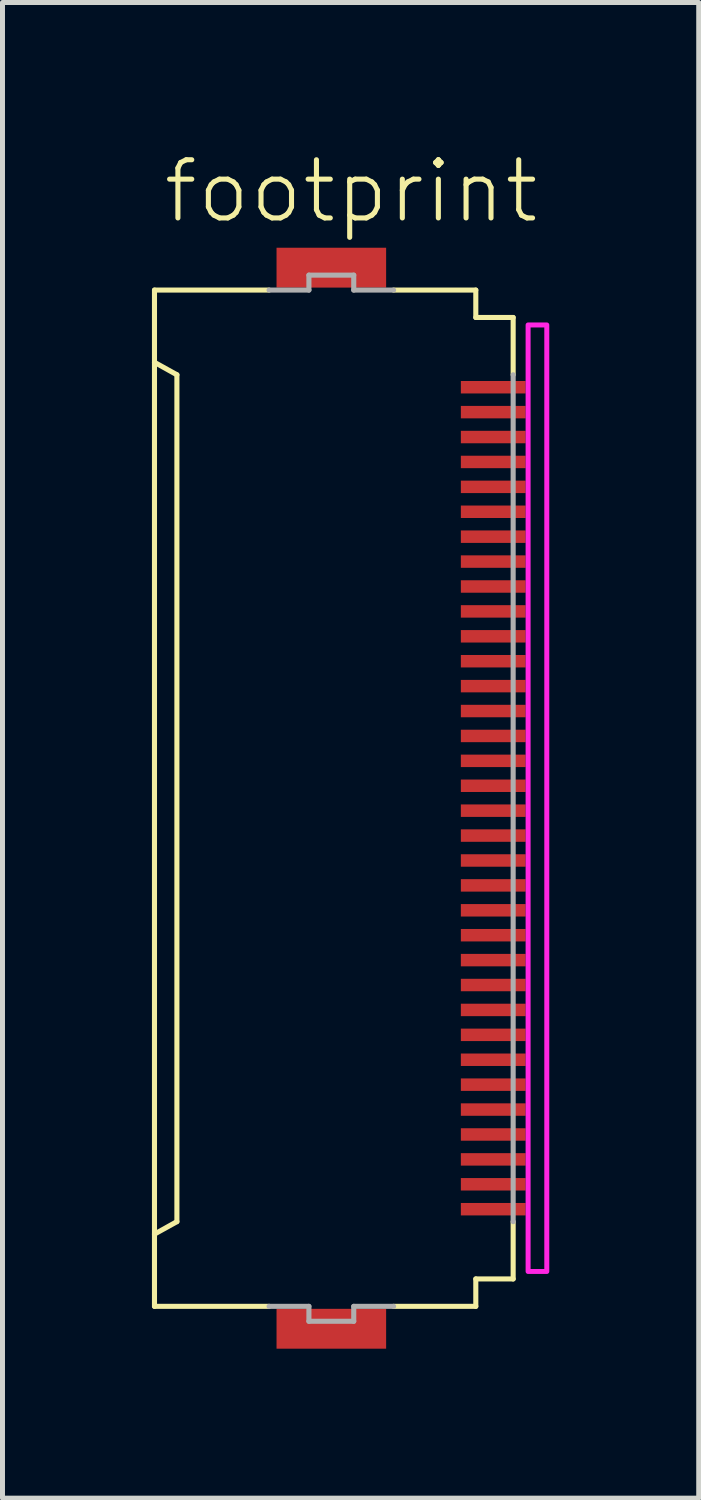
<source format=kicad_pcb>
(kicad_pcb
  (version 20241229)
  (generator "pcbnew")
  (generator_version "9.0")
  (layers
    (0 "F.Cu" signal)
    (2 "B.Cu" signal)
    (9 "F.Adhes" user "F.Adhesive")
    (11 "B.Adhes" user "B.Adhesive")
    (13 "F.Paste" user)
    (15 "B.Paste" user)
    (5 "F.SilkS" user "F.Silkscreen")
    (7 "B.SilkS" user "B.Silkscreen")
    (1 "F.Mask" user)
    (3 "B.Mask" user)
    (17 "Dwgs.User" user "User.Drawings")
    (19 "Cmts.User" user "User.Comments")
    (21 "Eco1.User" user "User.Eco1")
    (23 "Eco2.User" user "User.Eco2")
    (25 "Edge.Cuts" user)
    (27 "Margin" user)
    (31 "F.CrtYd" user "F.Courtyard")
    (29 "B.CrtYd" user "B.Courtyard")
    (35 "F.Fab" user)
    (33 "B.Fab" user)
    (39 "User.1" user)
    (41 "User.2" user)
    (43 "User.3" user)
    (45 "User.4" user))
  (footprint "footprint"
    (layer "F.Cu")
    (at 3.676 12.973)
    (property "Reference" "footprint" (at -3.5 -11.5 0) (layer "F.SilkS") (effects (font (size 1.168 1.168) (thickness 0.102)) (justify left bottom)))
    (fp_poly (pts (xy 2.475 -8.075) (xy 3.875 -8.075) (xy 3.875 -8.425) (xy 2.475 -8.425)) (stroke (width 0) (type solid)) (fill yes) (layer "F.Mask"))
    (fp_poly (pts (xy 2.475 -7.575) (xy 3.875 -7.575) (xy 3.875 -7.925) (xy 2.475 -7.925)) (stroke (width 0) (type solid)) (fill yes) (layer "F.Mask"))
    (fp_poly (pts (xy 2.475 -7.075) (xy 3.875 -7.075) (xy 3.875 -7.425) (xy 2.475 -7.425)) (stroke (width 0) (type solid)) (fill yes) (layer "F.Mask"))
    (fp_poly (pts (xy 2.475 -6.575) (xy 3.875 -6.575) (xy 3.875 -6.925) (xy 2.475 -6.925)) (stroke (width 0) (type solid)) (fill yes) (layer "F.Mask"))
    (fp_poly (pts (xy 2.475 -6.075) (xy 3.875 -6.075) (xy 3.875 -6.425) (xy 2.475 -6.425)) (stroke (width 0) (type solid)) (fill yes) (layer "F.Mask"))
    (fp_poly (pts (xy 2.475 -5.575) (xy 3.875 -5.575) (xy 3.875 -5.925) (xy 2.475 -5.925)) (stroke (width 0) (type solid)) (fill yes) (layer "F.Mask"))
    (fp_poly (pts (xy 2.475 -5.075) (xy 3.875 -5.075) (xy 3.875 -5.425) (xy 2.475 -5.425)) (stroke (width 0) (type solid)) (fill yes) (layer "F.Mask"))
    (fp_poly (pts (xy 2.475 -4.575) (xy 3.875 -4.575) (xy 3.875 -4.925) (xy 2.475 -4.925)) (stroke (width 0) (type solid)) (fill yes) (layer "F.Mask"))
    (fp_poly (pts (xy 2.475 -4.075) (xy 3.875 -4.075) (xy 3.875 -4.425) (xy 2.475 -4.425)) (stroke (width 0) (type solid)) (fill yes) (layer "F.Mask"))
    (fp_poly (pts (xy 2.475 -3.575) (xy 3.875 -3.575) (xy 3.875 -3.925) (xy 2.475 -3.925)) (stroke (width 0) (type solid)) (fill yes) (layer "F.Mask"))
    (fp_poly (pts (xy 2.475 -3.075) (xy 3.875 -3.075) (xy 3.875 -3.425) (xy 2.475 -3.425)) (stroke (width 0) (type solid)) (fill yes) (layer "F.Mask"))
    (fp_poly (pts (xy 2.475 -2.575) (xy 3.875 -2.575) (xy 3.875 -2.925) (xy 2.475 -2.925)) (stroke (width 0) (type solid)) (fill yes) (layer "F.Mask"))
    (fp_poly (pts (xy 2.475 -2.075) (xy 3.875 -2.075) (xy 3.875 -2.425) (xy 2.475 -2.425)) (stroke (width 0) (type solid)) (fill yes) (layer "F.Mask"))
    (fp_poly (pts (xy 2.475 -1.575) (xy 3.875 -1.575) (xy 3.875 -1.925) (xy 2.475 -1.925)) (stroke (width 0) (type solid)) (fill yes) (layer "F.Mask"))
    (fp_poly (pts (xy 2.475 -1.075) (xy 3.875 -1.075) (xy 3.875 -1.425) (xy 2.475 -1.425)) (stroke (width 0) (type solid)) (fill yes) (layer "F.Mask"))
    (fp_poly (pts (xy 2.475 -0.575) (xy 3.875 -0.575) (xy 3.875 -0.925) (xy 2.475 -0.925)) (stroke (width 0) (type solid)) (fill yes) (layer "F.Mask"))
    (fp_poly (pts (xy 2.475 -0.075) (xy 3.875 -0.075) (xy 3.875 -0.425) (xy 2.475 -0.425)) (stroke (width 0) (type solid)) (fill yes) (layer "F.Mask"))
    (fp_poly (pts (xy 2.475 0.425) (xy 3.875 0.425) (xy 3.875 0.075) (xy 2.475 0.075)) (stroke (width 0) (type solid)) (fill yes) (layer "F.Mask"))
    (fp_poly (pts (xy 2.475 0.925) (xy 3.875 0.925) (xy 3.875 0.575) (xy 2.475 0.575)) (stroke (width 0) (type solid)) (fill yes) (layer "F.Mask"))
    (fp_poly (pts (xy 2.475 1.425) (xy 3.875 1.425) (xy 3.875 1.075) (xy 2.475 1.075)) (stroke (width 0) (type solid)) (fill yes) (layer "F.Mask"))
    (fp_poly (pts (xy 2.475 1.925) (xy 3.875 1.925) (xy 3.875 1.575) (xy 2.475 1.575)) (stroke (width 0) (type solid)) (fill yes) (layer "F.Mask"))
    (fp_poly (pts (xy 2.475 2.425) (xy 3.875 2.425) (xy 3.875 2.075) (xy 2.475 2.075)) (stroke (width 0) (type solid)) (fill yes) (layer "F.Mask"))
    (fp_poly (pts (xy 2.475 2.925) (xy 3.875 2.925) (xy 3.875 2.575) (xy 2.475 2.575)) (stroke (width 0) (type solid)) (fill yes) (layer "F.Mask"))
    (fp_poly (pts (xy 2.475 3.425) (xy 3.875 3.425) (xy 3.875 3.075) (xy 2.475 3.075)) (stroke (width 0) (type solid)) (fill yes) (layer "F.Mask"))
    (fp_poly (pts (xy 2.475 3.925) (xy 3.875 3.925) (xy 3.875 3.575) (xy 2.475 3.575)) (stroke (width 0) (type solid)) (fill yes) (layer "F.Mask"))
    (fp_poly (pts (xy 2.475 4.425) (xy 3.875 4.425) (xy 3.875 4.075) (xy 2.475 4.075)) (stroke (width 0) (type solid)) (fill yes) (layer "F.Mask"))
    (fp_poly (pts (xy 2.475 4.925) (xy 3.875 4.925) (xy 3.875 4.575) (xy 2.475 4.575)) (stroke (width 0) (type solid)) (fill yes) (layer "F.Mask"))
    (fp_poly (pts (xy 2.475 5.425) (xy 3.875 5.425) (xy 3.875 5.075) (xy 2.475 5.075)) (stroke (width 0) (type solid)) (fill yes) (layer "F.Mask"))
    (fp_poly (pts (xy 2.475 5.925) (xy 3.875 5.925) (xy 3.875 5.575) (xy 2.475 5.575)) (stroke (width 0) (type solid)) (fill yes) (layer "F.Mask"))
    (fp_poly (pts (xy 2.475 6.425) (xy 3.875 6.425) (xy 3.875 6.075) (xy 2.475 6.075)) (stroke (width 0) (type solid)) (fill yes) (layer "F.Mask"))
    (fp_poly (pts (xy 2.475 6.925) (xy 3.875 6.925) (xy 3.875 6.575) (xy 2.475 6.575)) (stroke (width 0) (type solid)) (fill yes) (layer "F.Mask"))
    (fp_poly (pts (xy 2.475 7.425) (xy 3.875 7.425) (xy 3.875 7.075) (xy 2.475 7.075)) (stroke (width 0) (type solid)) (fill yes) (layer "F.Mask"))
    (fp_poly (pts (xy 2.475 7.925) (xy 3.875 7.925) (xy 3.875 7.575) (xy 2.475 7.575)) (stroke (width 0) (type solid)) (fill yes) (layer "F.Mask"))
    (fp_poly (pts (xy 2.475 8.425) (xy 3.875 8.425) (xy 3.875 8.075) (xy 2.475 8.075)) (stroke (width 0) (type solid)) (fill yes) (layer "F.Mask"))
    (fp_line (start -3.625 -10.2) (end -1.325 -10.2) (stroke (width 0.102) (type solid)) (layer "F.SilkS"))
    (fp_line (start -3.625 -8.75) (end -3.625 -10.2) (stroke (width 0.102) (type solid)) (layer "F.SilkS"))
    (fp_line (start -3.625 -8.75) (end -3.625 8.75) (stroke (width 0.102) (type solid)) (layer "F.SilkS"))
    (fp_line (start -3.625 8.75) (end -3.175 8.5) (stroke (width 0.102) (type solid)) (layer "F.SilkS"))
    (fp_line (start -3.625 10.2) (end -3.625 8.75) (stroke (width 0.102) (type solid)) (layer "F.SilkS"))
    (fp_line (start -3.175 -8.5) (end -3.625 -8.75) (stroke (width 0.102) (type solid)) (layer "F.SilkS"))
    (fp_line (start -3.175 8.5) (end -3.175 -8.5) (stroke (width 0.102) (type solid)) (layer "F.SilkS"))
    (fp_line (start -1.325 10.2) (end -3.625 10.2) (stroke (width 0.102) (type solid)) (layer "F.SilkS"))
    (fp_line (start 1.175 -10.2) (end 2.825 -10.2) (stroke (width 0.102) (type solid)) (layer "F.SilkS"))
    (fp_line (start 1.175 10.2) (end 2.825 10.2) (stroke (width 0.102) (type solid)) (layer "F.SilkS"))
    (fp_line (start 2.825 -10.2) (end 2.825 -9.65) (stroke (width 0.102) (type solid)) (layer "F.SilkS"))
    (fp_line (start 2.825 -9.65) (end 3.575 -9.65) (stroke (width 0.102) (type solid)) (layer "F.SilkS"))
    (fp_line (start 2.825 9.65) (end 2.825 10.2) (stroke (width 0.102) (type solid)) (layer "F.SilkS"))
    (fp_line (start 2.825 9.65) (end 3.575 9.65) (stroke (width 0.102) (type solid)) (layer "F.SilkS"))
    (fp_line (start 3.575 -9.65) (end 3.575 -8.5) (stroke (width 0.102) (type solid)) (layer "F.SilkS"))
    (fp_line (start 3.575 8.5) (end 3.575 9.65) (stroke (width 0.102) (type solid)) (layer "F.SilkS"))
    (fp_poly (pts (xy 3.875 9.5) (xy 4.25 9.5) (xy 4.25 -9.5) (xy 3.875 -9.5)) (stroke (width 0.1) (type solid)) (fill no) (layer "F.CrtYd"))
    (fp_line (start -1.325 -10.2) (end -0.525 -10.2) (stroke (width 0.102) (type solid)) (layer "F.Fab"))
    (fp_line (start -0.525 -10.5) (end 0.375 -10.5) (stroke (width 0.102) (type solid)) (layer "F.Fab"))
    (fp_line (start -0.525 -10.2) (end -0.525 -10.5) (stroke (width 0.102) (type solid)) (layer "F.Fab"))
    (fp_line (start -0.525 10.2) (end -1.325 10.2) (stroke (width 0.102) (type solid)) (layer "F.Fab"))
    (fp_line (start -0.525 10.5) (end -0.525 10.2) (stroke (width 0.102) (type solid)) (layer "F.Fab"))
    (fp_line (start 0.375 -10.5) (end 0.375 -10.2) (stroke (width 0.102) (type solid)) (layer "F.Fab"))
    (fp_line (start 0.375 -10.2) (end 1.175 -10.2) (stroke (width 0.102) (type solid)) (layer "F.Fab"))
    (fp_line (start 0.375 10.2) (end 0.375 10.5) (stroke (width 0.102) (type solid)) (layer "F.Fab"))
    (fp_line (start 0.375 10.5) (end -0.525 10.5) (stroke (width 0.102) (type solid)) (layer "F.Fab"))
    (fp_line (start 1.175 10.2) (end 0.375 10.2) (stroke (width 0.102) (type solid)) (layer "F.Fab"))
    (fp_line (start 3.575 -8.5) (end 3.575 8.5) (stroke (width 0.102) (type solid)) (layer "F.Fab"))
    (pad "1" smd rect (at 3.175 -8.25) (size 1.3 0.25) (layers "F.Cu" "F.Paste"))
    (pad "2" smd rect (at 3.175 -7.75) (size 1.3 0.25) (layers "F.Cu" "F.Paste"))
    (pad "3" smd rect (at 3.175 -7.25) (size 1.3 0.25) (layers "F.Cu" "F.Paste"))
    (pad "4" smd rect (at 3.175 -6.75) (size 1.3 0.25) (layers "F.Cu" "F.Paste"))
    (pad "5" smd rect (at 3.175 -6.25) (size 1.3 0.25) (layers "F.Cu" "F.Paste"))
    (pad "6" smd rect (at 3.175 -5.75) (size 1.3 0.25) (layers "F.Cu" "F.Paste"))
    (pad "7" smd rect (at 3.175 -5.25) (size 1.3 0.25) (layers "F.Cu" "F.Paste"))
    (pad "8" smd rect (at 3.175 -4.75) (size 1.3 0.25) (layers "F.Cu" "F.Paste"))
    (pad "9" smd rect (at 3.175 -4.25) (size 1.3 0.25) (layers "F.Cu" "F.Paste"))
    (pad "10" smd rect (at 3.175 -3.75) (size 1.3 0.25) (layers "F.Cu" "F.Paste"))
    (pad "11" smd rect (at 3.175 -3.25) (size 1.3 0.25) (layers "F.Cu" "F.Paste"))
    (pad "12" smd rect (at 3.175 -2.75) (size 1.3 0.25) (layers "F.Cu" "F.Paste"))
    (pad "13" smd rect (at 3.175 -2.25) (size 1.3 0.25) (layers "F.Cu" "F.Paste"))
    (pad "14" smd rect (at 3.175 -1.75) (size 1.3 0.25) (layers "F.Cu" "F.Paste"))
    (pad "15" smd rect (at 3.175 -1.25) (size 1.3 0.25) (layers "F.Cu" "F.Paste"))
    (pad "16" smd rect (at 3.175 -0.75) (size 1.3 0.25) (layers "F.Cu" "F.Paste"))
    (pad "17" smd rect (at 3.175 -0.25) (size 1.3 0.25) (layers "F.Cu" "F.Paste"))
    (pad "18" smd rect (at 3.175 0.25) (size 1.3 0.25) (layers "F.Cu" "F.Paste"))
    (pad "19" smd rect (at 3.175 0.75) (size 1.3 0.25) (layers "F.Cu" "F.Paste"))
    (pad "20" smd rect (at 3.175 1.25) (size 1.3 0.25) (layers "F.Cu" "F.Paste"))
    (pad "21" smd rect (at 3.175 1.75) (size 1.3 0.25) (layers "F.Cu" "F.Paste"))
    (pad "22" smd rect (at 3.175 2.25) (size 1.3 0.25) (layers "F.Cu" "F.Paste"))
    (pad "23" smd rect (at 3.175 2.75) (size 1.3 0.25) (layers "F.Cu" "F.Paste"))
    (pad "24" smd rect (at 3.175 3.25) (size 1.3 0.25) (layers "F.Cu" "F.Paste"))
    (pad "25" smd rect (at 3.175 3.75) (size 1.3 0.25) (layers "F.Cu" "F.Paste"))
    (pad "26" smd rect (at 3.175 4.25) (size 1.3 0.25) (layers "F.Cu" "F.Paste"))
    (pad "27" smd rect (at 3.175 4.75) (size 1.3 0.25) (layers "F.Cu" "F.Paste"))
    (pad "28" smd rect (at 3.175 5.25) (size 1.3 0.25) (layers "F.Cu" "F.Paste"))
    (pad "29" smd rect (at 3.175 5.75) (size 1.3 0.25) (layers "F.Cu" "F.Paste"))
    (pad "30" smd rect (at 3.175 6.25) (size 1.3 0.25) (layers "F.Cu" "F.Paste"))
    (pad "31" smd rect (at 3.175 6.75) (size 1.3 0.25) (layers "F.Cu" "F.Paste"))
    (pad "32" smd rect (at 3.175 7.25) (size 1.3 0.25) (layers "F.Cu" "F.Paste"))
    (pad "33" smd rect (at 3.175 7.75) (size 1.3 0.25) (layers "F.Cu" "F.Paste"))
    (pad "34" smd rect (at 3.175 8.25) (size 1.3 0.25) (layers "F.Cu" "F.Paste"))
    (pad "M1" smd rect (at -0.075 -10.65) (size 2.2 0.8) (layers "F.Cu" "F.Mask" "F.Paste"))
    (pad "M2" smd rect (at -0.075 10.65) (size 2.2 0.8) (layers "F.Cu" "F.Mask" "F.Paste"))
    (zone (net_name "") (layers "F.Cu" "B.Cu") (hatch edge 0.508) (connect_pads) (min_thickness 0.254) (filled_areas_thickness no) (keepout (tracks allowed) (vias not_allowed) (pads allowed) (copperpour allowed) (footprints allowed)) (placement (enabled no)) (fill) (polygon (pts (xy 3.901 21.473) (xy 6.151 21.473) (xy 6.151 4.473) (xy 3.901 4.473)))))
  (gr_rect
    (start -3 -3)
    (end 10.976 27.023)
    (stroke (width 0.1) (type default))
    (fill no)
    (layer "Edge.Cuts")))
</source>
